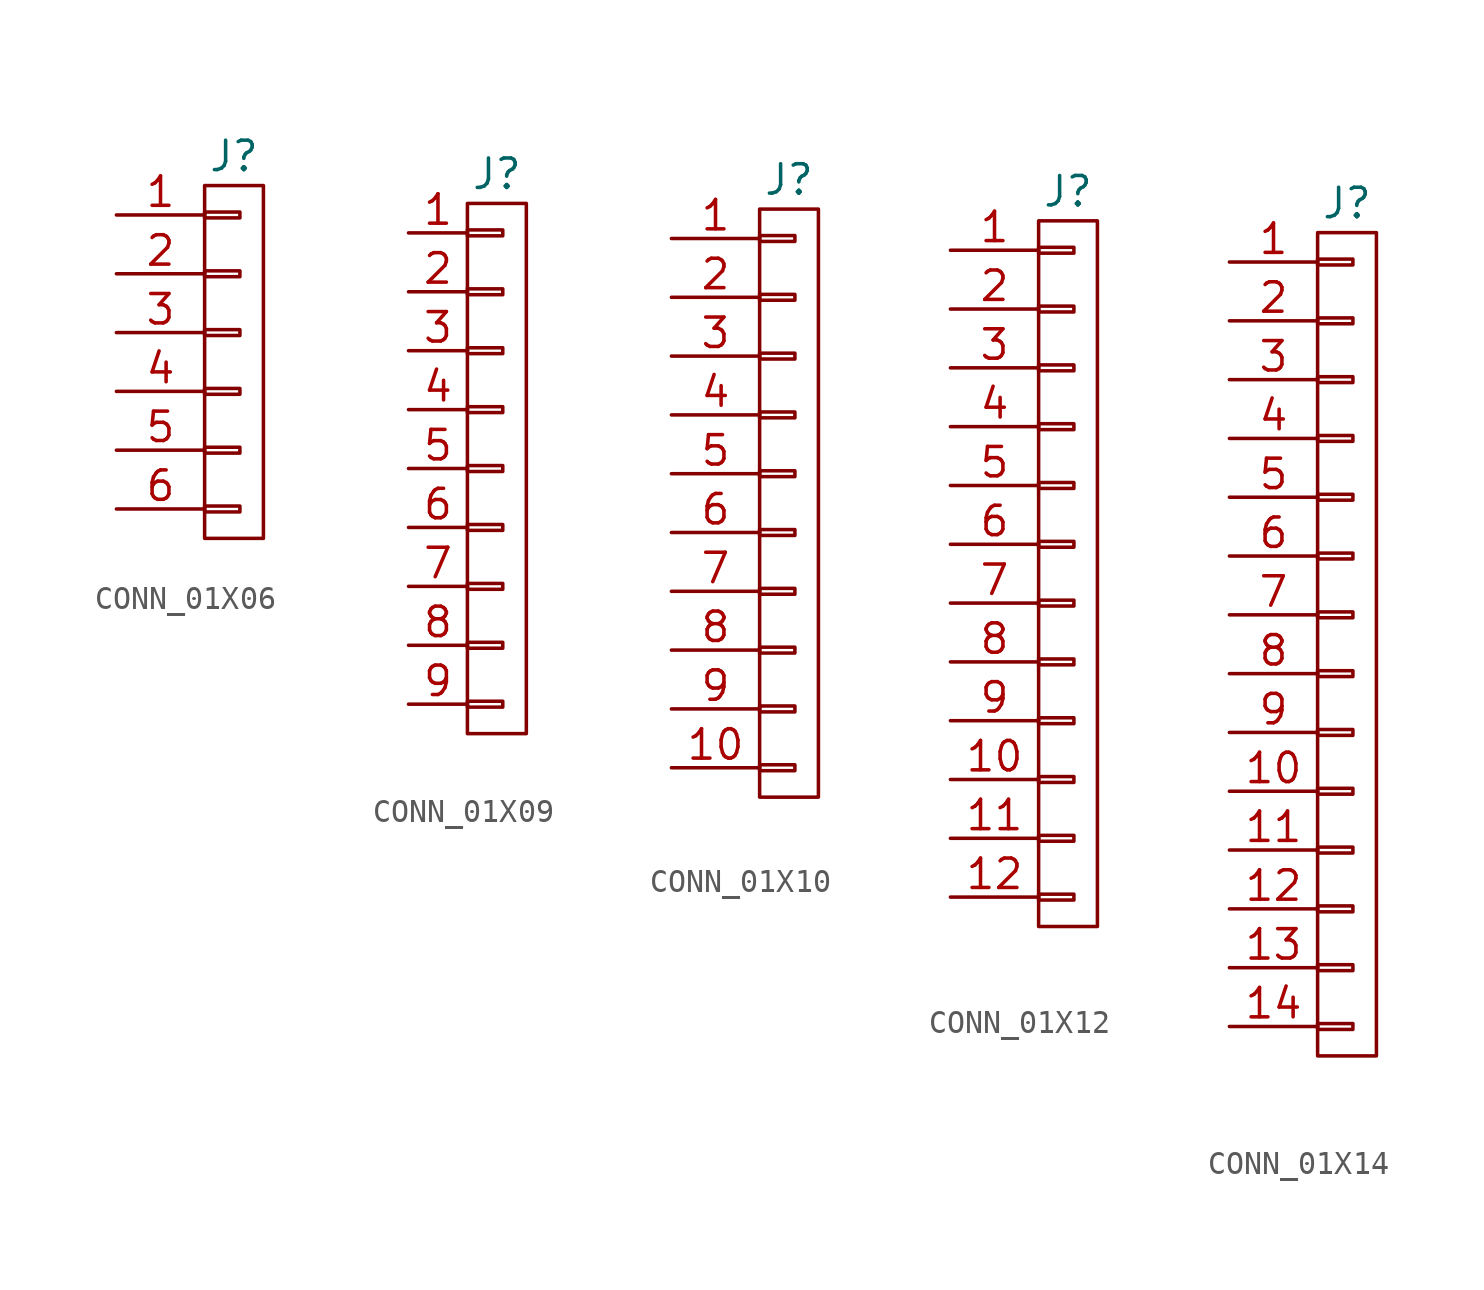
<source format=kicad_sym>
(kicad_symbol_lib
  (version 20211014)
  (generator kicad_symbol_editor)
  (symbol "CONN_01X06"
    (pin_names
      (offset 1.016) hide)
    (property "Reference" "J"
      (at 0 8.89 0)
      (effects (font (size 1.27 1.27))))
    (symbol "CONN_01X06_0_1"
      (rectangle (start -1.27 -1.143) (end 0.254 -1.397) (stroke (width 0) (type default) (color 0 0 0 0)) (fill (type none)))
      (rectangle (start -1.27 1.397) (end 0.254 1.143) (stroke (width 0) (type default) (color 0 0 0 0)) (fill (type none)))
      (rectangle (start -1.27 7.62) (end 1.27 -7.62) (stroke (width 0) (type default) (color 0 0 0 0)) (fill (type none))))
    (symbol "CONN_01X06_1_1"
      (rectangle (start -1.27 -6.223) (end 0.254 -6.477) (stroke (width 0) (type default) (color 0 0 0 0)) (fill (type none)))
      (rectangle (start -1.27 -3.683) (end 0.254 -3.937) (stroke (width 0) (type default) (color 0 0 0 0)) (fill (type none)))
      (rectangle (start -1.27 3.937) (end 0.254 3.683) (stroke (width 0) (type default) (color 0 0 0 0)) (fill (type none)))
      (rectangle (start -1.27 6.477) (end 0.254 6.223) (stroke (width 0) (type default) (color 0 0 0 0)) (fill (type none)))
      (pin passive line (at -5.08 6.35 0) (length 3.81) (name "P1" (effects (font (size 1.27 1.27)))) (number "1" (effects (font (size 1.27 1.27)))))
      (pin passive line (at -5.08 3.81 0) (length 3.81) (name "P2" (effects (font (size 1.27 1.27)))) (number "2" (effects (font (size 1.27 1.27)))))
      (pin passive line (at -5.08 1.27 0) (length 3.81) (name "~" (effects (font (size 1.27 1.27)))) (number "3" (effects (font (size 1.27 1.27)))))
      (pin passive line (at -5.08 -1.27 0) (length 3.81) (name "~" (effects (font (size 1.27 1.27)))) (number "4" (effects (font (size 1.27 1.27)))))
      (pin passive line (at -5.08 -3.81 0) (length 3.81) (name "~" (effects (font (size 1.27 1.27)))) (number "5" (effects (font (size 1.27 1.27)))))
      (pin passive line (at -5.08 -6.35 0) (length 3.81) (name "~" (effects (font (size 1.27 1.27)))) (number "6" (effects (font (size 1.27 1.27)))))))
  (symbol "CONN_01X09"
    (pin_names
      (offset 1.016) hide)
    (property "Reference" "J"
      (at 1.27 12.7 0)
      (effects (font (size 1.27 1.27))))
    (symbol "CONN_01X09_0_1"
      (rectangle (start 0 2.667) (end 1.524 2.413) (stroke (width 0) (type default) (color 0 0 0 0)) (fill (type none)))
      (rectangle (start 0 5.207) (end 1.524 4.953) (stroke (width 0) (type default) (color 0 0 0 0)) (fill (type none)))
      (rectangle (start 0 11.43) (end 2.54 -11.43) (stroke (width 0) (type default) (color 0 0 0 0)) (fill (type none))))
    (symbol "CONN_01X09_1_1"
      (rectangle (start 0 -10.033) (end 1.524 -10.287) (stroke (width 0) (type default) (color 0 0 0 0)) (fill (type none)))
      (rectangle (start 0 -7.493) (end 1.524 -7.747) (stroke (width 0) (type default) (color 0 0 0 0)) (fill (type none)))
      (rectangle (start 0 -4.953) (end 1.524 -5.207) (stroke (width 0) (type default) (color 0 0 0 0)) (fill (type none)))
      (rectangle (start 0 -2.413) (end 1.524 -2.667) (stroke (width 0) (type default) (color 0 0 0 0)) (fill (type none)))
      (rectangle (start 0 0.127) (end 1.524 -0.127) (stroke (width 0) (type default) (color 0 0 0 0)) (fill (type none)))
      (rectangle (start 0 7.747) (end 1.524 7.493) (stroke (width 0) (type default) (color 0 0 0 0)) (fill (type none)))
      (rectangle (start 0 10.287) (end 1.524 10.033) (stroke (width 0) (type default) (color 0 0 0 0)) (fill (type none)))
      (pin passive line (at -2.54 10.16 0) (length 2.54) (name "P1" (effects (font (size 1.27 1.27)))) (number "1" (effects (font (size 1.27 1.27)))))
      (pin passive line (at -2.54 7.62 0) (length 2.54) (name "P2" (effects (font (size 1.27 1.27)))) (number "2" (effects (font (size 1.27 1.27)))))
      (pin passive line (at -2.54 5.08 0) (length 2.54) (name "~" (effects (font (size 1.27 1.27)))) (number "3" (effects (font (size 1.27 1.27)))))
      (pin passive line (at -2.54 2.54 0) (length 2.54) (name "~" (effects (font (size 1.27 1.27)))) (number "4" (effects (font (size 1.27 1.27)))))
      (pin passive line (at -2.54 0 0) (length 2.54) (name "~" (effects (font (size 1.27 1.27)))) (number "5" (effects (font (size 1.27 1.27)))))
      (pin passive line (at -2.54 -2.54 0) (length 2.54) (name "~" (effects (font (size 1.27 1.27)))) (number "6" (effects (font (size 1.27 1.27)))))
      (pin passive line (at -2.54 -5.08 0) (length 2.54) (name "~" (effects (font (size 1.27 1.27)))) (number "7" (effects (font (size 1.27 1.27)))))
      (pin passive line (at -2.54 -7.62 0) (length 2.54) (name "~" (effects (font (size 1.27 1.27)))) (number "8" (effects (font (size 1.27 1.27)))))
      (pin passive line (at -2.54 -10.16 0) (length 2.54) (name "~" (effects (font (size 1.27 1.27)))) (number "9" (effects (font (size 1.27 1.27)))))))
  (symbol "CONN_01X10"
    (pin_names
      (offset 1.016) hide)
    (property "Reference" "J"
      (at 0 13.97 0)
      (effects (font (size 1.27 1.27))))
    (symbol "CONN_01X10_0_1"
      (rectangle (start -1.27 3.937) (end 0.254 3.683) (stroke (width 0) (type default) (color 0 0 0 0)) (fill (type none)))
      (rectangle (start -1.27 6.477) (end 0.254 6.223) (stroke (width 0) (type default) (color 0 0 0 0)) (fill (type none)))
      (rectangle (start -1.27 12.7) (end 1.27 -12.7) (stroke (width 0) (type default) (color 0 0 0 0)) (fill (type none))))
    (symbol "CONN_01X10_1_1"
      (rectangle (start -1.27 -11.303) (end 0.254 -11.557) (stroke (width 0) (type default) (color 0 0 0 0)) (fill (type none)))
      (rectangle (start -1.27 -8.763) (end 0.254 -9.017) (stroke (width 0) (type default) (color 0 0 0 0)) (fill (type none)))
      (rectangle (start -1.27 -6.223) (end 0.254 -6.477) (stroke (width 0) (type default) (color 0 0 0 0)) (fill (type none)))
      (rectangle (start -1.27 -3.683) (end 0.254 -3.937) (stroke (width 0) (type default) (color 0 0 0 0)) (fill (type none)))
      (rectangle (start -1.27 -1.143) (end 0.254 -1.397) (stroke (width 0) (type default) (color 0 0 0 0)) (fill (type none)))
      (rectangle (start -1.27 1.397) (end 0.254 1.143) (stroke (width 0) (type default) (color 0 0 0 0)) (fill (type none)))
      (rectangle (start -1.27 9.017) (end 0.254 8.763) (stroke (width 0) (type default) (color 0 0 0 0)) (fill (type none)))
      (rectangle (start -1.27 11.557) (end 0.254 11.303) (stroke (width 0) (type default) (color 0 0 0 0)) (fill (type none)))
      (pin passive line (at -5.08 11.43 0) (length 3.81) (name "P1" (effects (font (size 1.27 1.27)))) (number "1" (effects (font (size 1.27 1.27)))))
      (pin passive line (at -5.08 -11.43 0) (length 3.81) (name "~" (effects (font (size 1.27 1.27)))) (number "10" (effects (font (size 1.27 1.27)))))
      (pin passive line (at -5.08 8.89 0) (length 3.81) (name "P2" (effects (font (size 1.27 1.27)))) (number "2" (effects (font (size 1.27 1.27)))))
      (pin passive line (at -5.08 6.35 0) (length 3.81) (name "~" (effects (font (size 1.27 1.27)))) (number "3" (effects (font (size 1.27 1.27)))))
      (pin passive line (at -5.08 3.81 0) (length 3.81) (name "~" (effects (font (size 1.27 1.27)))) (number "4" (effects (font (size 1.27 1.27)))))
      (pin passive line (at -5.08 1.27 0) (length 3.81) (name "~" (effects (font (size 1.27 1.27)))) (number "5" (effects (font (size 1.27 1.27)))))
      (pin passive line (at -5.08 -1.27 0) (length 3.81) (name "~" (effects (font (size 1.27 1.27)))) (number "6" (effects (font (size 1.27 1.27)))))
      (pin passive line (at -5.08 -3.81 0) (length 3.81) (name "~" (effects (font (size 1.27 1.27)))) (number "7" (effects (font (size 1.27 1.27)))))
      (pin passive line (at -5.08 -6.35 0) (length 3.81) (name "~" (effects (font (size 1.27 1.27)))) (number "8" (effects (font (size 1.27 1.27)))))
      (pin passive line (at -5.08 -8.89 0) (length 3.81) (name "~" (effects (font (size 1.27 1.27)))) (number "9" (effects (font (size 1.27 1.27)))))))
  (symbol "CONN_01X12"
    (pin_names
      (offset 1.016) hide)
    (property "Reference" "J"
      (at 0 16.51 0)
      (effects (font (size 1.27 1.27))))
    (symbol "CONN_01X12_0_1"
      (rectangle (start -1.27 6.477) (end 0.254 6.223) (stroke (width 0) (type default) (color 0 0 0 0)) (fill (type none)))
      (rectangle (start -1.27 9.017) (end 0.254 8.763) (stroke (width 0) (type default) (color 0 0 0 0)) (fill (type none)))
      (rectangle (start -1.27 15.24) (end 1.27 -15.24) (stroke (width 0) (type default) (color 0 0 0 0)) (fill (type none))))
    (symbol "CONN_01X12_1_1"
      (rectangle (start -1.27 -13.843) (end 0.254 -14.097) (stroke (width 0) (type default) (color 0 0 0 0)) (fill (type none)))
      (rectangle (start -1.27 -11.303) (end 0.254 -11.557) (stroke (width 0) (type default) (color 0 0 0 0)) (fill (type none)))
      (rectangle (start -1.27 -8.763) (end 0.254 -9.017) (stroke (width 0) (type default) (color 0 0 0 0)) (fill (type none)))
      (rectangle (start -1.27 -6.223) (end 0.254 -6.477) (stroke (width 0) (type default) (color 0 0 0 0)) (fill (type none)))
      (rectangle (start -1.27 -3.683) (end 0.254 -3.937) (stroke (width 0) (type default) (color 0 0 0 0)) (fill (type none)))
      (rectangle (start -1.27 -1.143) (end 0.254 -1.397) (stroke (width 0) (type default) (color 0 0 0 0)) (fill (type none)))
      (rectangle (start -1.27 1.397) (end 0.254 1.143) (stroke (width 0) (type default) (color 0 0 0 0)) (fill (type none)))
      (rectangle (start -1.27 3.937) (end 0.254 3.683) (stroke (width 0) (type default) (color 0 0 0 0)) (fill (type none)))
      (rectangle (start -1.27 11.557) (end 0.254 11.303) (stroke (width 0) (type default) (color 0 0 0 0)) (fill (type none)))
      (rectangle (start -1.27 14.097) (end 0.254 13.843) (stroke (width 0) (type default) (color 0 0 0 0)) (fill (type none)))
      (pin passive line (at -5.08 13.97 0) (length 3.81) (name "P1" (effects (font (size 1.27 1.27)))) (number "1" (effects (font (size 1.27 1.27)))))
      (pin passive line (at -5.08 -8.89 0) (length 3.81) (name "~" (effects (font (size 1.27 1.27)))) (number "10" (effects (font (size 1.27 1.27)))))
      (pin passive line (at -5.08 -11.43 0) (length 3.81) (name "~" (effects (font (size 1.27 1.27)))) (number "11" (effects (font (size 1.27 1.27)))))
      (pin passive line (at -5.08 -13.97 0) (length 3.81) (name "~" (effects (font (size 1.27 1.27)))) (number "12" (effects (font (size 1.27 1.27)))))
      (pin passive line (at -5.08 11.43 0) (length 3.81) (name "P2" (effects (font (size 1.27 1.27)))) (number "2" (effects (font (size 1.27 1.27)))))
      (pin passive line (at -5.08 8.89 0) (length 3.81) (name "~" (effects (font (size 1.27 1.27)))) (number "3" (effects (font (size 1.27 1.27)))))
      (pin passive line (at -5.08 6.35 0) (length 3.81) (name "~" (effects (font (size 1.27 1.27)))) (number "4" (effects (font (size 1.27 1.27)))))
      (pin passive line (at -5.08 3.81 0) (length 3.81) (name "~" (effects (font (size 1.27 1.27)))) (number "5" (effects (font (size 1.27 1.27)))))
      (pin passive line (at -5.08 1.27 0) (length 3.81) (name "~" (effects (font (size 1.27 1.27)))) (number "6" (effects (font (size 1.27 1.27)))))
      (pin passive line (at -5.08 -1.27 0) (length 3.81) (name "~" (effects (font (size 1.27 1.27)))) (number "7" (effects (font (size 1.27 1.27)))))
      (pin passive line (at -5.08 -3.81 0) (length 3.81) (name "~" (effects (font (size 1.27 1.27)))) (number "8" (effects (font (size 1.27 1.27)))))
      (pin passive line (at -5.08 -6.35 0) (length 3.81) (name "~" (effects (font (size 1.27 1.27)))) (number "9" (effects (font (size 1.27 1.27)))))))
  (symbol "CONN_01X14"
    (pin_names
      (offset 1.016) hide)
    (property "Reference" "J"
      (at 0 19.05 0)
      (effects (font (size 1.27 1.27))))
    (symbol "CONN_01X14_0_1"
      (rectangle (start -1.27 9.017) (end 0.254 8.763) (stroke (width 0) (type default) (color 0 0 0 0)) (fill (type none)))
      (rectangle (start -1.27 11.557) (end 0.254 11.303) (stroke (width 0) (type default) (color 0 0 0 0)) (fill (type none)))
      (rectangle (start -1.27 17.78) (end 1.27 -17.78) (stroke (width 0) (type default) (color 0 0 0 0)) (fill (type none))))
    (symbol "CONN_01X14_1_1"
      (rectangle (start -1.27 -16.383) (end 0.254 -16.637) (stroke (width 0) (type default) (color 0 0 0 0)) (fill (type none)))
      (rectangle (start -1.27 -13.843) (end 0.254 -14.097) (stroke (width 0) (type default) (color 0 0 0 0)) (fill (type none)))
      (rectangle (start -1.27 -11.303) (end 0.254 -11.557) (stroke (width 0) (type default) (color 0 0 0 0)) (fill (type none)))
      (rectangle (start -1.27 -8.763) (end 0.254 -9.017) (stroke (width 0) (type default) (color 0 0 0 0)) (fill (type none)))
      (rectangle (start -1.27 -6.223) (end 0.254 -6.477) (stroke (width 0) (type default) (color 0 0 0 0)) (fill (type none)))
      (rectangle (start -1.27 -3.683) (end 0.254 -3.937) (stroke (width 0) (type default) (color 0 0 0 0)) (fill (type none)))
      (rectangle (start -1.27 -1.143) (end 0.254 -1.397) (stroke (width 0) (type default) (color 0 0 0 0)) (fill (type none)))
      (rectangle (start -1.27 1.397) (end 0.254 1.143) (stroke (width 0) (type default) (color 0 0 0 0)) (fill (type none)))
      (rectangle (start -1.27 3.937) (end 0.254 3.683) (stroke (width 0) (type default) (color 0 0 0 0)) (fill (type none)))
      (rectangle (start -1.27 6.477) (end 0.254 6.223) (stroke (width 0) (type default) (color 0 0 0 0)) (fill (type none)))
      (rectangle (start -1.27 14.097) (end 0.254 13.843) (stroke (width 0) (type default) (color 0 0 0 0)) (fill (type none)))
      (rectangle (start -1.27 16.637) (end 0.254 16.383) (stroke (width 0) (type default) (color 0 0 0 0)) (fill (type none)))
      (pin passive line (at -5.08 16.51 0) (length 3.81) (name "P1" (effects (font (size 1.27 1.27)))) (number "1" (effects (font (size 1.27 1.27)))))
      (pin passive line (at -5.08 -6.35 0) (length 3.81) (name "~" (effects (font (size 1.27 1.27)))) (number "10" (effects (font (size 1.27 1.27)))))
      (pin passive line (at -5.08 -8.89 0) (length 3.81) (name "~" (effects (font (size 1.27 1.27)))) (number "11" (effects (font (size 1.27 1.27)))))
      (pin passive line (at -5.08 -11.43 0) (length 3.81) (name "~" (effects (font (size 1.27 1.27)))) (number "12" (effects (font (size 1.27 1.27)))))
      (pin passive line (at -5.08 -13.97 0) (length 3.81) (name "~" (effects (font (size 1.27 1.27)))) (number "13" (effects (font (size 1.27 1.27)))))
      (pin passive line (at -5.08 -16.51 0) (length 3.81) (name "~" (effects (font (size 1.27 1.27)))) (number "14" (effects (font (size 1.27 1.27)))))
      (pin passive line (at -5.08 13.97 0) (length 3.81) (name "P2" (effects (font (size 1.27 1.27)))) (number "2" (effects (font (size 1.27 1.27)))))
      (pin passive line (at -5.08 11.43 0) (length 3.81) (name "~" (effects (font (size 1.27 1.27)))) (number "3" (effects (font (size 1.27 1.27)))))
      (pin passive line (at -5.08 8.89 0) (length 3.81) (name "~" (effects (font (size 1.27 1.27)))) (number "4" (effects (font (size 1.27 1.27)))))
      (pin passive line (at -5.08 6.35 0) (length 3.81) (name "~" (effects (font (size 1.27 1.27)))) (number "5" (effects (font (size 1.27 1.27)))))
      (pin passive line (at -5.08 3.81 0) (length 3.81) (name "~" (effects (font (size 1.27 1.27)))) (number "6" (effects (font (size 1.27 1.27)))))
      (pin passive line (at -5.08 1.27 0) (length 3.81) (name "~" (effects (font (size 1.27 1.27)))) (number "7" (effects (font (size 1.27 1.27)))))
      (pin passive line (at -5.08 -1.27 0) (length 3.81) (name "~" (effects (font (size 1.27 1.27)))) (number "8" (effects (font (size 1.27 1.27)))))
      (pin passive line (at -5.08 -3.81 0) (length 3.81) (name "~" (effects (font (size 1.27 1.27)))) (number "9" (effects (font (size 1.27 1.27))))))))
</source>
